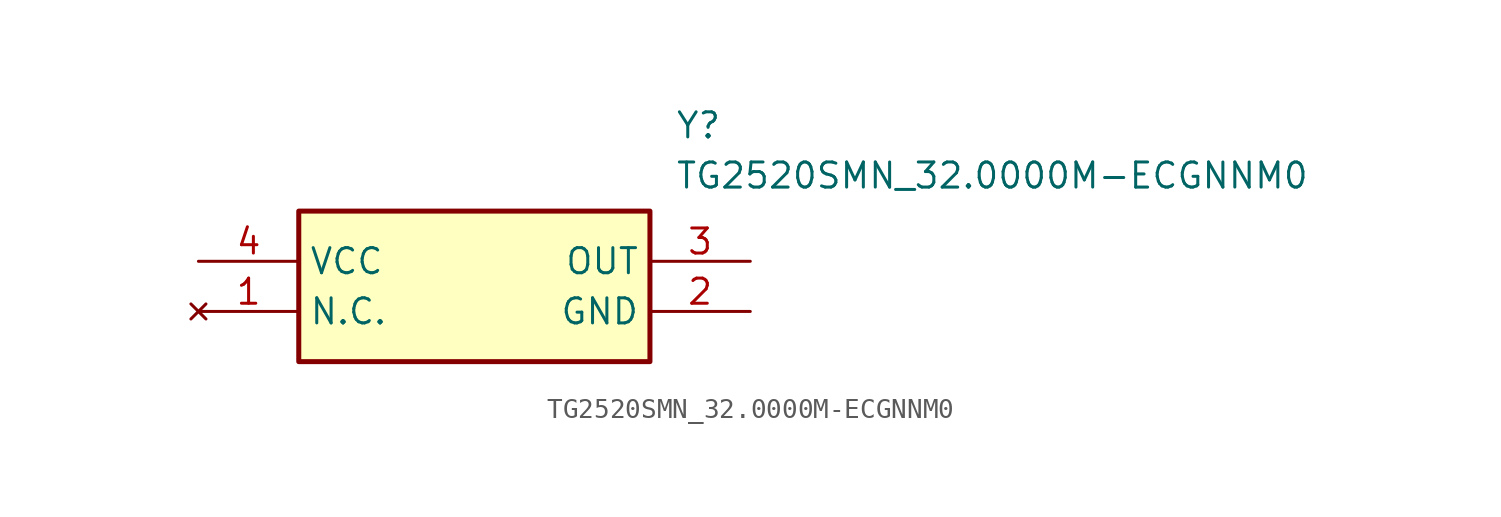
<source format=kicad_sym>
(kicad_symbol_lib
  (version 20211014)
  (generator SamacSys_ECAD_Model)
  (symbol "TG2520SMN_32.0000M-ECGNNM0"
    (property "Reference" "Y"
      (at 24.13 7.62 0)
      (effects (font (size 1.27 1.27)) (justify left top)))
    (property "Value" "TG2520SMN_32.0000M-ECGNNM0"
      (at 24.13 5.08 0)
      (effects (font (size 1.27 1.27)) (justify left top)))
    (rectangle
      (start 5.08 2.54)
      (end 22.86 -5.08)
      (stroke (width 0.254) (type default))
      (fill (type background)))
    (pin no_connect line
      (at 0 -2.54 0)
      (length 5.08)
      (name "N.C." (effects (font (size 1.27 1.27))))
      (number "1" (effects (font (size 1.27 1.27)))))
    (pin passive line
      (at 27.94 -2.54 180)
      (length 5.08)
      (name "GND" (effects (font (size 1.27 1.27))))
      (number "2" (effects (font (size 1.27 1.27)))))
    (pin passive line
      (at 27.94 0 180)
      (length 5.08)
      (name "OUT" (effects (font (size 1.27 1.27))))
      (number "3" (effects (font (size 1.27 1.27)))))
    (pin passive line
      (at 0 0 0)
      (length 5.08)
      (name "VCC" (effects (font (size 1.27 1.27))))
      (number "4" (effects (font (size 1.27 1.27)))))))
</source>
